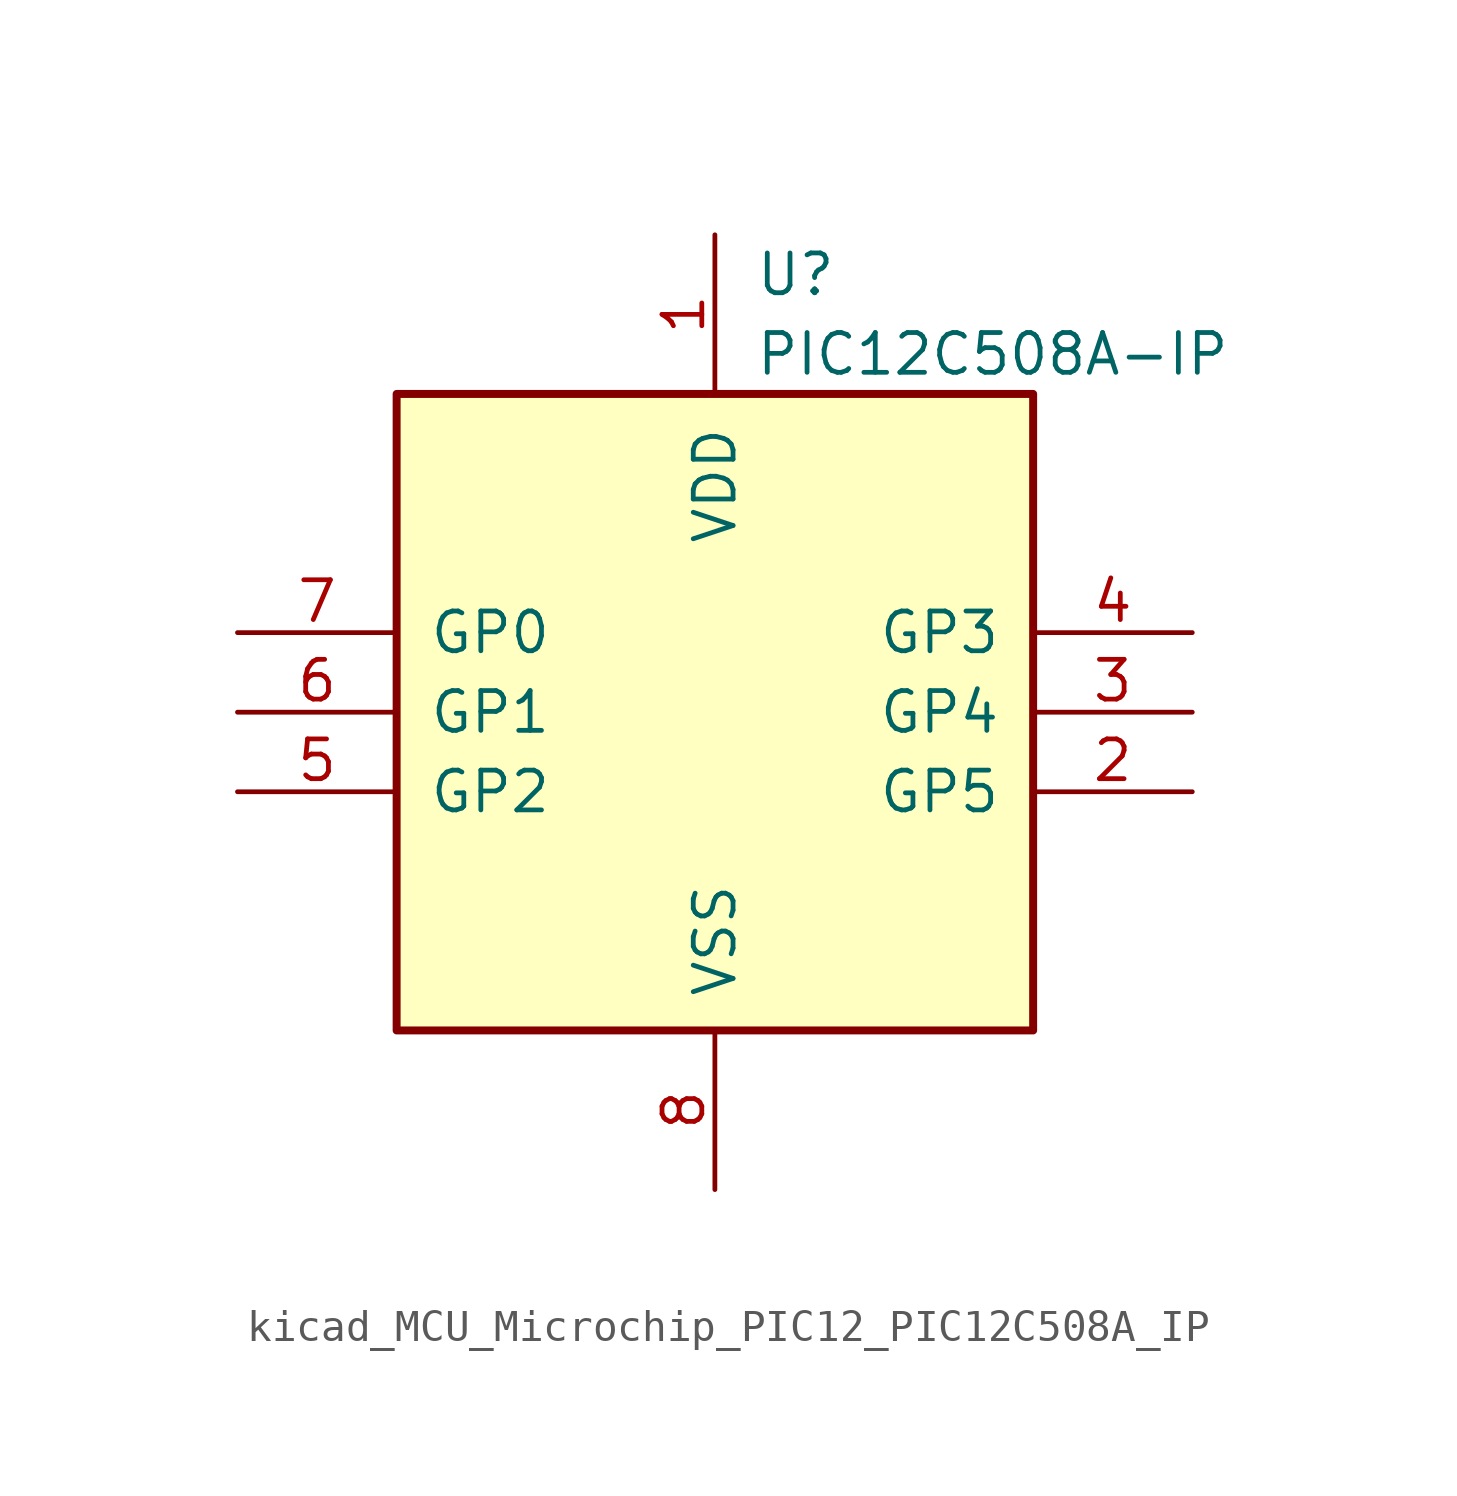
<source format=kicad_sym>
(kicad_symbol_lib
  (version 20220914)
  (generator kicad_symbol_editor)
  (symbol "kicad_MCU_Microchip_PIC12_PIC12C508A_IP"
    (pin_names
      (offset 1.016))
    (property "Reference" "U"
      (at 1.27 13.97 0)
      (effects (font (size 1.27 1.27)) (justify left)))
    (property "Value" "PIC12C508A-IP"
      (at 1.27 11.43 0)
      (effects (font (size 1.27 1.27)) (justify left)))
    (symbol "kicad_MCU_Microchip_PIC12_PIC12C508A_IP_0_1"
      (rectangle (start 10.16 -10.16) (end -10.16 10.16) (stroke (width 0.254) (type default)) (fill (type background))))
    (symbol "kicad_MCU_Microchip_PIC12_PIC12C508A_IP_1_1"
      (pin power_in line (at 0 15.24 270) (length 5.08) (name "VDD" (effects (font (size 1.27 1.27)))) (number "1" (effects (font (size 1.27 1.27)))))
      (pin bidirectional line (at 15.24 -2.54 180) (length 5.08) (name "GP5" (effects (font (size 1.27 1.27)))) (number "2" (effects (font (size 1.27 1.27)))))
      (pin bidirectional line (at 15.24 0 180) (length 5.08) (name "GP4" (effects (font (size 1.27 1.27)))) (number "3" (effects (font (size 1.27 1.27)))))
      (pin input line (at 15.24 2.54 180) (length 5.08) (name "GP3" (effects (font (size 1.27 1.27)))) (number "4" (effects (font (size 1.27 1.27)))))
      (pin bidirectional line (at -15.24 -2.54 0) (length 5.08) (name "GP2" (effects (font (size 1.27 1.27)))) (number "5" (effects (font (size 1.27 1.27)))))
      (pin bidirectional line (at -15.24 0 0) (length 5.08) (name "GP1" (effects (font (size 1.27 1.27)))) (number "6" (effects (font (size 1.27 1.27)))))
      (pin bidirectional line (at -15.24 2.54 0) (length 5.08) (name "GP0" (effects (font (size 1.27 1.27)))) (number "7" (effects (font (size 1.27 1.27)))))
      (pin power_in line (at 0 -15.24 90) (length 5.08) (name "VSS" (effects (font (size 1.27 1.27)))) (number "8" (effects (font (size 1.27 1.27))))))))
</source>
